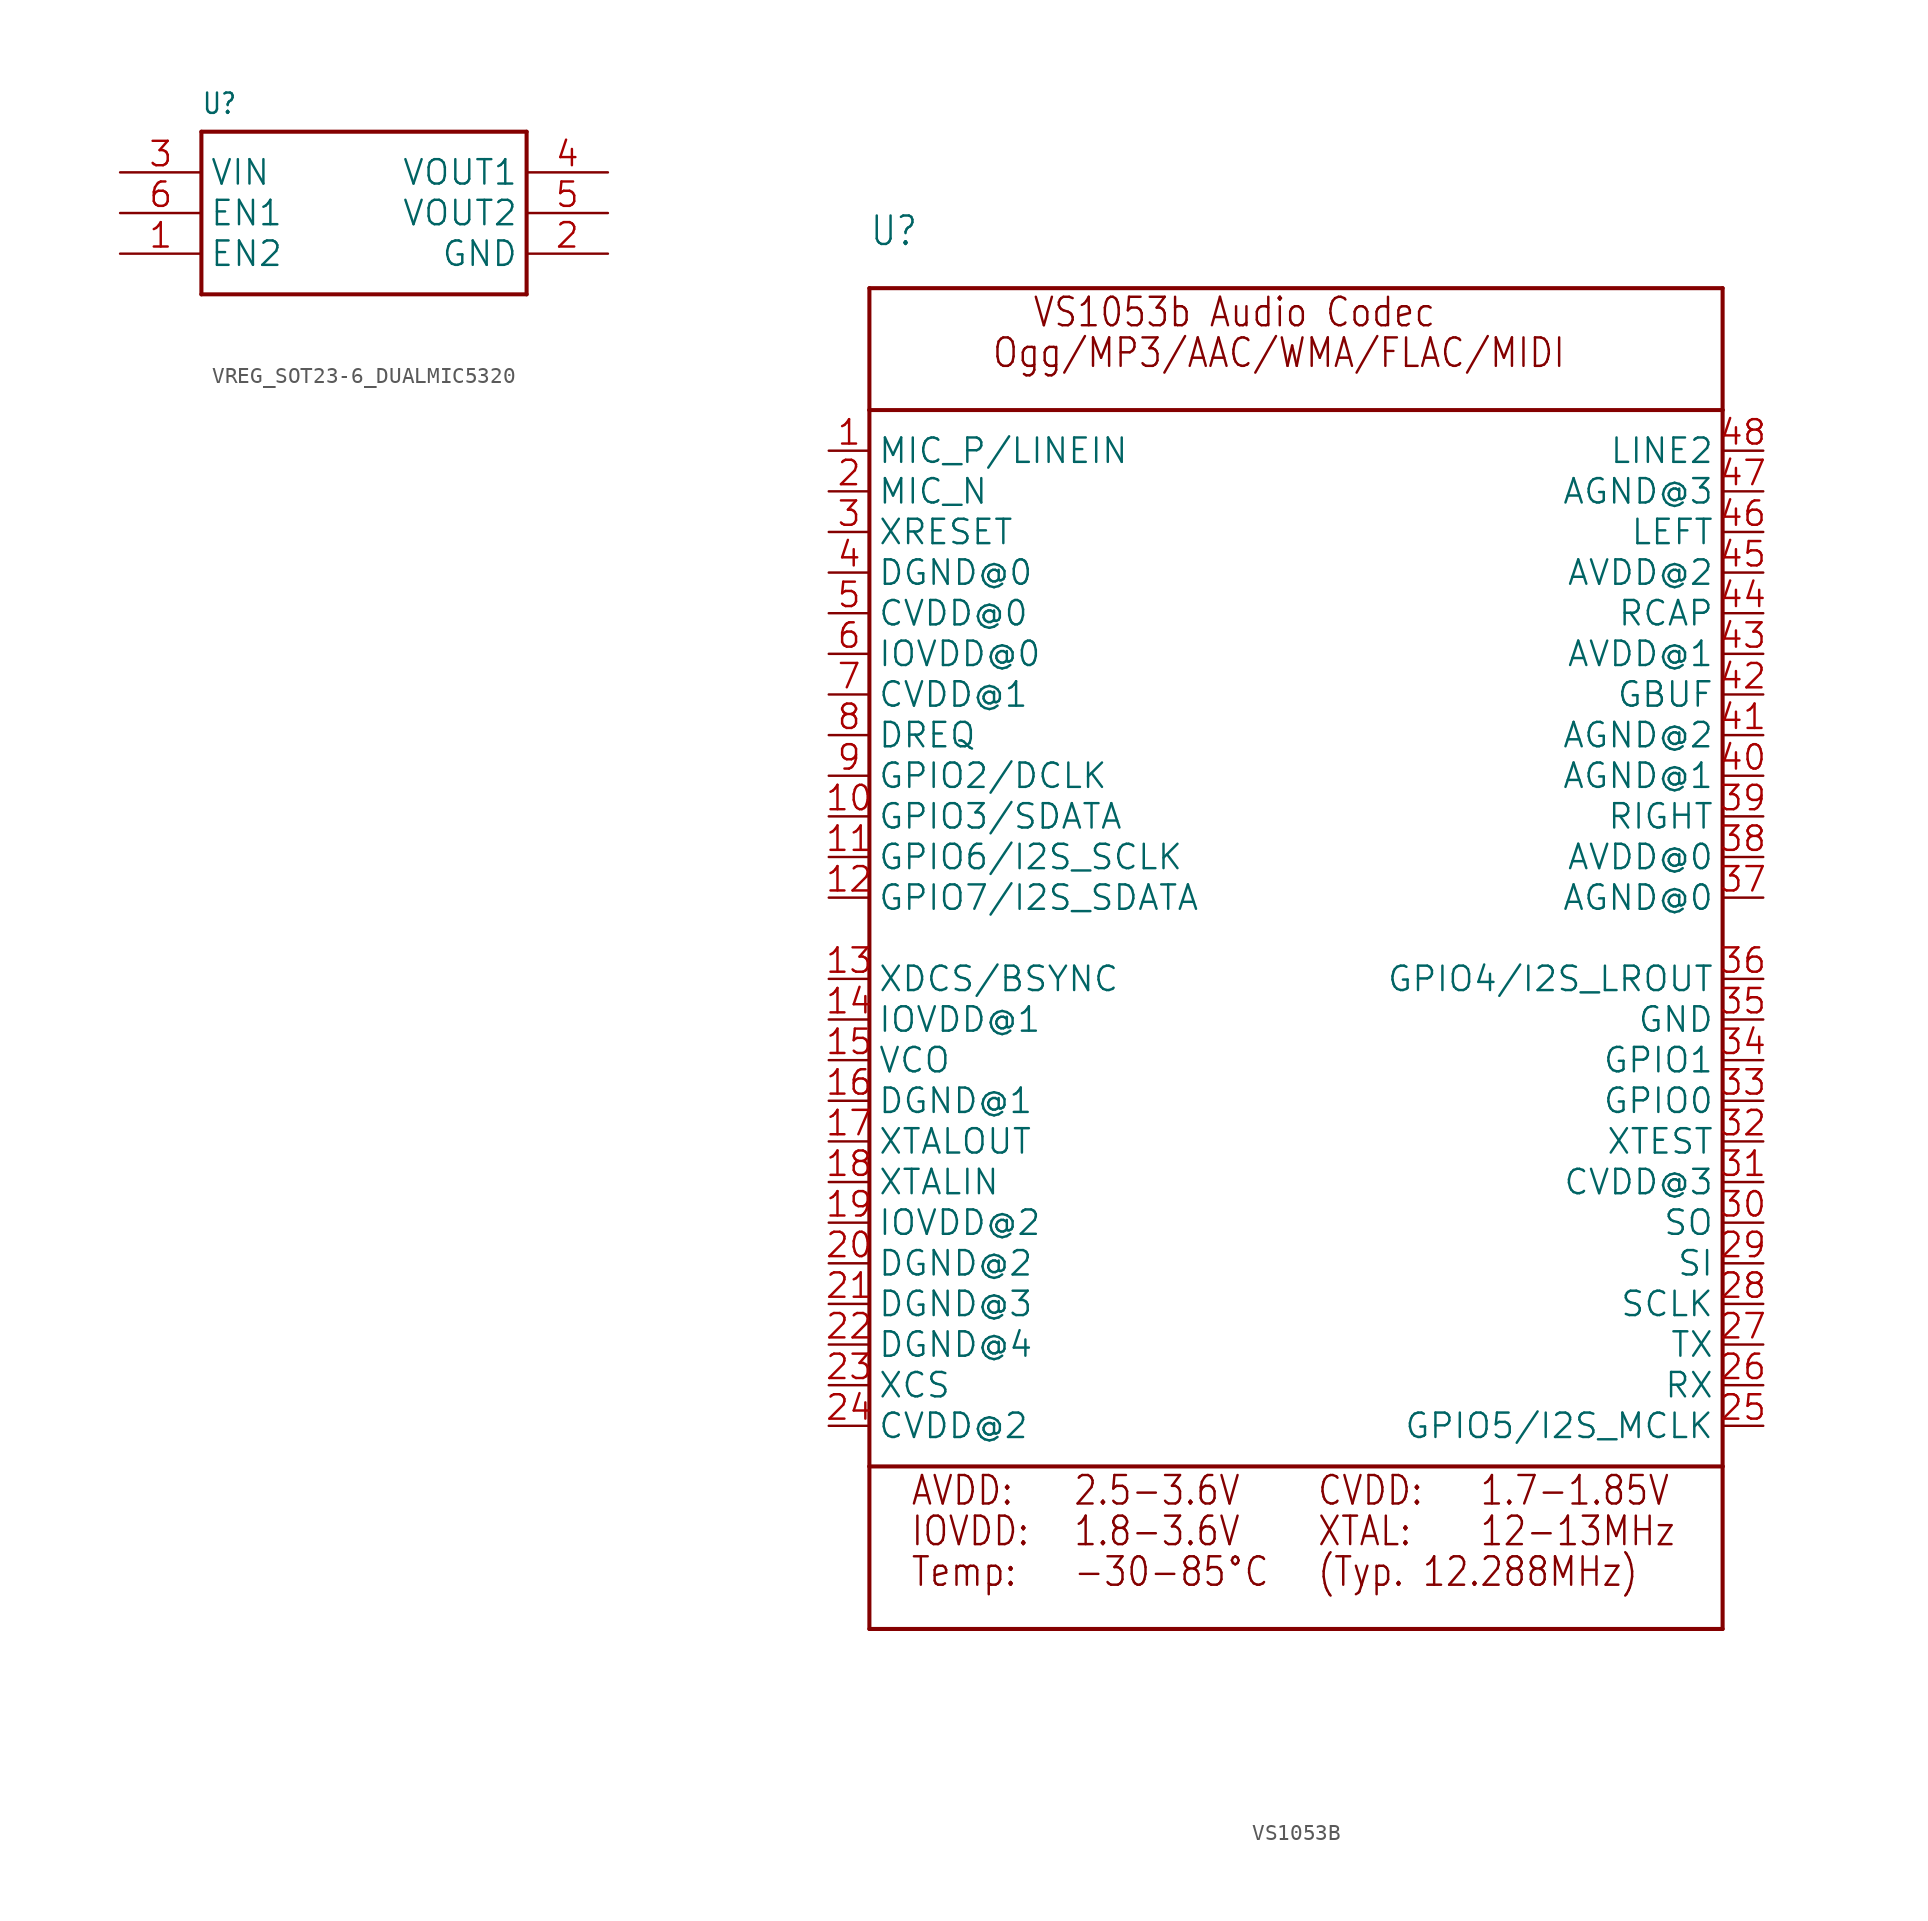
<source format=kicad_sym>
(kicad_symbol_lib
  (version 20241209)
  (generator "kicad_symbol_editor")
  (generator_version "9.0")
  (symbol "VREG_SOT23-6_DUALMIC5320"
    (property "Reference" "U"
      (at -10.16 6.096 0)
      (effects (font (size 1.27 1.079)) (justify left bottom)))
    (property "Value" ""
      (at -10.16 -7.62 0)
      (effects (font (size 1.27 1.079)) (justify left bottom)))
    (property "ki_locked" ""
      (at 0 0 0)
      (effects (font (size 1.27 1.27))))
    (symbol "VREG_SOT23-6_DUALMIC5320_1_0"
      (polyline (pts (xy -10.16 5.08) (xy 10.16 5.08)) (stroke (width 0.254) (type solid)) (fill (type none)))
      (polyline (pts (xy -10.16 -5.08) (xy -10.16 5.08)) (stroke (width 0.254) (type solid)) (fill (type none)))
      (polyline (pts (xy 10.16 5.08) (xy 10.16 -5.08)) (stroke (width 0.254) (type solid)) (fill (type none)))
      (polyline (pts (xy 10.16 -5.08) (xy -10.16 -5.08)) (stroke (width 0.254) (type solid)) (fill (type none)))
      (pin bidirectional line (at -15.24 2.54 0) (length 5.08) (name "VIN" (effects (font (size 1.524 1.524)))) (number "3" (effects (font (size 1.524 1.524)))))
      (pin bidirectional line (at -15.24 0 0) (length 5.08) (name "EN1" (effects (font (size 1.524 1.524)))) (number "6" (effects (font (size 1.524 1.524)))))
      (pin bidirectional line (at -15.24 -2.54 0) (length 5.08) (name "EN2" (effects (font (size 1.524 1.524)))) (number "1" (effects (font (size 1.524 1.524)))))
      (pin bidirectional line (at 15.24 2.54 180) (length 5.08) (name "VOUT1" (effects (font (size 1.524 1.524)))) (number "4" (effects (font (size 1.524 1.524)))))
      (pin bidirectional line (at 15.24 0 180) (length 5.08) (name "VOUT2" (effects (font (size 1.524 1.524)))) (number "5" (effects (font (size 1.524 1.524)))))
      (pin bidirectional line (at 15.24 -2.54 180) (length 5.08) (name "GND" (effects (font (size 1.524 1.524)))) (number "2" (effects (font (size 1.524 1.524)))))))
  (symbol "VS1053B"
    (property "Reference" "U"
      (at -25.4 43.18 0)
      (effects (font (size 1.778 1.511)) (justify left bottom)))
    (property "Value" ""
      (at -25.4 -45.72 0)
      (effects (font (size 1.778 1.511)) (justify left bottom)))
    (property "ki_locked" ""
      (at 0 0 0)
      (effects (font (size 1.27 1.27))))
    (symbol "VS1053B_1_0"
      (polyline (pts (xy -25.4 40.64) (xy 27.94 40.64)) (stroke (width 0.254) (type solid)) (fill (type none)))
      (polyline (pts (xy -25.4 33.02) (xy -25.4 40.64)) (stroke (width 0.254) (type solid)) (fill (type none)))
      (polyline (pts (xy -25.4 33.02) (xy 27.94 33.02)) (stroke (width 0.254) (type solid)) (fill (type none)))
      (polyline (pts (xy -25.4 -33.02) (xy -25.4 33.02)) (stroke (width 0.254) (type solid)) (fill (type none)))
      (polyline (pts (xy -25.4 -43.18) (xy -25.4 -33.02)) (stroke (width 0.254) (type solid)) (fill (type none)))
      (polyline (pts (xy 27.94 40.64) (xy 27.94 33.02)) (stroke (width 0.254) (type solid)) (fill (type none)))
      (polyline (pts (xy 27.94 33.02) (xy 27.94 -33.02)) (stroke (width 0.254) (type solid)) (fill (type none)))
      (polyline (pts (xy 27.94 -33.02) (xy -25.4 -33.02)) (stroke (width 0.254) (type solid)) (fill (type none)))
      (polyline (pts (xy 27.94 -33.02) (xy 27.94 -43.18)) (stroke (width 0.254) (type solid)) (fill (type none)))
      (polyline (pts (xy 27.94 -43.18) (xy -25.4 -43.18)) (stroke (width 0.254) (type solid)) (fill (type none)))
      (text "AVDD:" (at -22.86 -35.56 0) (effects (font (size 1.778 1.511)) (justify left bottom)))
      (text "IOVDD:" (at -22.86 -38.1 0) (effects (font (size 1.778 1.511)) (justify left bottom)))
      (text "Temp:" (at -22.86 -40.64 0) (effects (font (size 1.778 1.511)) (justify left bottom)))
      (text "Ogg/MP3/AAC/WMA/FLAC/MIDI" (at -17.78 35.56 0) (effects (font (size 1.778 1.511)) (justify left bottom)))
      (text "VS1053b Audio Codec" (at -15.24 38.1 0) (effects (font (size 1.778 1.511)) (justify left bottom)))
      (text "2.5-3.6V" (at -12.7 -35.56 0) (effects (font (size 1.778 1.511)) (justify left bottom)))
      (text "1.8-3.6V" (at -12.7 -38.1 0) (effects (font (size 1.778 1.511)) (justify left bottom)))
      (text "-30-85°C" (at -12.7 -40.64 0) (effects (font (size 1.778 1.511)) (justify left bottom)))
      (text "CVDD:" (at 2.54 -35.56 0) (effects (font (size 1.778 1.511)) (justify left bottom)))
      (text "XTAL:" (at 2.54 -38.1 0) (effects (font (size 1.778 1.511)) (justify left bottom)))
      (text "(Typ. 12.288MHz)" (at 2.54 -40.64 0) (effects (font (size 1.778 1.511)) (justify left bottom)))
      (text "1.7-1.85V" (at 12.7 -35.56 0) (effects (font (size 1.778 1.511)) (justify left bottom)))
      (text "12-13MHz" (at 12.7 -38.1 0) (effects (font (size 1.778 1.511)) (justify left bottom)))
      (pin bidirectional line (at -27.94 30.48 0) (length 2.54) (name "MIC_P/LINEIN" (effects (font (size 1.524 1.524)))) (number "1" (effects (font (size 1.524 1.524)))))
      (pin bidirectional line (at -27.94 27.94 0) (length 2.54) (name "MIC_N" (effects (font (size 1.524 1.524)))) (number "2" (effects (font (size 1.524 1.524)))))
      (pin bidirectional line (at -27.94 25.4 0) (length 2.54) (name "XRESET" (effects (font (size 1.524 1.524)))) (number "3" (effects (font (size 1.524 1.524)))))
      (pin power_in line (at -27.94 22.86 0) (length 2.54) (name "DGND@0" (effects (font (size 1.524 1.524)))) (number "4" (effects (font (size 1.524 1.524)))))
      (pin power_in line (at -27.94 20.32 0) (length 2.54) (name "CVDD@0" (effects (font (size 1.524 1.524)))) (number "5" (effects (font (size 1.524 1.524)))))
      (pin power_in line (at -27.94 17.78 0) (length 2.54) (name "IOVDD@0" (effects (font (size 1.524 1.524)))) (number "6" (effects (font (size 1.524 1.524)))))
      (pin power_in line (at -27.94 15.24 0) (length 2.54) (name "CVDD@1" (effects (font (size 1.524 1.524)))) (number "7" (effects (font (size 1.524 1.524)))))
      (pin bidirectional line (at -27.94 12.7 0) (length 2.54) (name "DREQ" (effects (font (size 1.524 1.524)))) (number "8" (effects (font (size 1.524 1.524)))))
      (pin bidirectional line (at -27.94 10.16 0) (length 2.54) (name "GPIO2/DCLK" (effects (font (size 1.524 1.524)))) (number "9" (effects (font (size 1.524 1.524)))))
      (pin bidirectional line (at -27.94 7.62 0) (length 2.54) (name "GPIO3/SDATA" (effects (font (size 1.524 1.524)))) (number "10" (effects (font (size 1.524 1.524)))))
      (pin bidirectional line (at -27.94 5.08 0) (length 2.54) (name "GPIO6/I2S_SCLK" (effects (font (size 1.524 1.524)))) (number "11" (effects (font (size 1.524 1.524)))))
      (pin bidirectional line (at -27.94 2.54 0) (length 2.54) (name "GPIO7/I2S_SDATA" (effects (font (size 1.524 1.524)))) (number "12" (effects (font (size 1.524 1.524)))))
      (pin bidirectional line (at -27.94 -2.54 0) (length 2.54) (name "XDCS/BSYNC" (effects (font (size 1.524 1.524)))) (number "13" (effects (font (size 1.524 1.524)))))
      (pin power_in line (at -27.94 -5.08 0) (length 2.54) (name "IOVDD@1" (effects (font (size 1.524 1.524)))) (number "14" (effects (font (size 1.524 1.524)))))
      (pin bidirectional line (at -27.94 -7.62 0) (length 2.54) (name "VCO" (effects (font (size 1.524 1.524)))) (number "15" (effects (font (size 1.524 1.524)))))
      (pin power_in line (at -27.94 -10.16 0) (length 2.54) (name "DGND@1" (effects (font (size 1.524 1.524)))) (number "16" (effects (font (size 1.524 1.524)))))
      (pin output line (at -27.94 -12.7 0) (length 2.54) (name "XTALOUT" (effects (font (size 1.524 1.524)))) (number "17" (effects (font (size 1.524 1.524)))))
      (pin input line (at -27.94 -15.24 0) (length 2.54) (name "XTALIN" (effects (font (size 1.524 1.524)))) (number "18" (effects (font (size 1.524 1.524)))))
      (pin power_in line (at -27.94 -17.78 0) (length 2.54) (name "IOVDD@2" (effects (font (size 1.524 1.524)))) (number "19" (effects (font (size 1.524 1.524)))))
      (pin power_in line (at -27.94 -20.32 0) (length 2.54) (name "DGND@2" (effects (font (size 1.524 1.524)))) (number "20" (effects (font (size 1.524 1.524)))))
      (pin power_in line (at -27.94 -22.86 0) (length 2.54) (name "DGND@3" (effects (font (size 1.524 1.524)))) (number "21" (effects (font (size 1.524 1.524)))))
      (pin power_in line (at -27.94 -25.4 0) (length 2.54) (name "DGND@4" (effects (font (size 1.524 1.524)))) (number "22" (effects (font (size 1.524 1.524)))))
      (pin bidirectional line (at -27.94 -27.94 0) (length 2.54) (name "XCS" (effects (font (size 1.524 1.524)))) (number "23" (effects (font (size 1.524 1.524)))))
      (pin power_in line (at -27.94 -30.48 0) (length 2.54) (name "CVDD@2" (effects (font (size 1.524 1.524)))) (number "24" (effects (font (size 1.524 1.524)))))
      (pin bidirectional line (at 30.48 30.48 180) (length 2.54) (name "LINE2" (effects (font (size 1.524 1.524)))) (number "48" (effects (font (size 1.524 1.524)))))
      (pin power_in line (at 30.48 27.94 180) (length 2.54) (name "AGND@3" (effects (font (size 1.524 1.524)))) (number "47" (effects (font (size 1.524 1.524)))))
      (pin bidirectional line (at 30.48 25.4 180) (length 2.54) (name "LEFT" (effects (font (size 1.524 1.524)))) (number "46" (effects (font (size 1.524 1.524)))))
      (pin power_in line (at 30.48 22.86 180) (length 2.54) (name "AVDD@2" (effects (font (size 1.524 1.524)))) (number "45" (effects (font (size 1.524 1.524)))))
      (pin bidirectional line (at 30.48 20.32 180) (length 2.54) (name "RCAP" (effects (font (size 1.524 1.524)))) (number "44" (effects (font (size 1.524 1.524)))))
      (pin power_in line (at 30.48 17.78 180) (length 2.54) (name "AVDD@1" (effects (font (size 1.524 1.524)))) (number "43" (effects (font (size 1.524 1.524)))))
      (pin bidirectional line (at 30.48 15.24 180) (length 2.54) (name "GBUF" (effects (font (size 1.524 1.524)))) (number "42" (effects (font (size 1.524 1.524)))))
      (pin power_in line (at 30.48 12.7 180) (length 2.54) (name "AGND@2" (effects (font (size 1.524 1.524)))) (number "41" (effects (font (size 1.524 1.524)))))
      (pin power_in line (at 30.48 10.16 180) (length 2.54) (name "AGND@1" (effects (font (size 1.524 1.524)))) (number "40" (effects (font (size 1.524 1.524)))))
      (pin bidirectional line (at 30.48 7.62 180) (length 2.54) (name "RIGHT" (effects (font (size 1.524 1.524)))) (number "39" (effects (font (size 1.524 1.524)))))
      (pin power_in line (at 30.48 5.08 180) (length 2.54) (name "AVDD@0" (effects (font (size 1.524 1.524)))) (number "38" (effects (font (size 1.524 1.524)))))
      (pin power_in line (at 30.48 2.54 180) (length 2.54) (name "AGND@0" (effects (font (size 1.524 1.524)))) (number "37" (effects (font (size 1.524 1.524)))))
      (pin bidirectional line (at 30.48 -2.54 180) (length 2.54) (name "GPIO4/I2S_LROUT" (effects (font (size 1.524 1.524)))) (number "36" (effects (font (size 1.524 1.524)))))
      (pin power_in line (at 30.48 -5.08 180) (length 2.54) (name "GND" (effects (font (size 1.524 1.524)))) (number "35" (effects (font (size 1.524 1.524)))))
      (pin bidirectional line (at 30.48 -7.62 180) (length 2.54) (name "GPIO1" (effects (font (size 1.524 1.524)))) (number "34" (effects (font (size 1.524 1.524)))))
      (pin bidirectional line (at 30.48 -10.16 180) (length 2.54) (name "GPIO0" (effects (font (size 1.524 1.524)))) (number "33" (effects (font (size 1.524 1.524)))))
      (pin bidirectional line (at 30.48 -12.7 180) (length 2.54) (name "XTEST" (effects (font (size 1.524 1.524)))) (number "32" (effects (font (size 1.524 1.524)))))
      (pin power_in line (at 30.48 -15.24 180) (length 2.54) (name "CVDD@3" (effects (font (size 1.524 1.524)))) (number "31" (effects (font (size 1.524 1.524)))))
      (pin bidirectional line (at 30.48 -17.78 180) (length 2.54) (name "SO" (effects (font (size 1.524 1.524)))) (number "30" (effects (font (size 1.524 1.524)))))
      (pin bidirectional line (at 30.48 -20.32 180) (length 2.54) (name "SI" (effects (font (size 1.524 1.524)))) (number "29" (effects (font (size 1.524 1.524)))))
      (pin bidirectional line (at 30.48 -22.86 180) (length 2.54) (name "SCLK" (effects (font (size 1.524 1.524)))) (number "28" (effects (font (size 1.524 1.524)))))
      (pin bidirectional line (at 30.48 -25.4 180) (length 2.54) (name "TX" (effects (font (size 1.524 1.524)))) (number "27" (effects (font (size 1.524 1.524)))))
      (pin bidirectional line (at 30.48 -27.94 180) (length 2.54) (name "RX" (effects (font (size 1.524 1.524)))) (number "26" (effects (font (size 1.524 1.524)))))
      (pin bidirectional line (at 30.48 -30.48 180) (length 2.54) (name "GPIO5/I2S_MCLK" (effects (font (size 1.524 1.524)))) (number "25" (effects (font (size 1.524 1.524))))))))
</source>
